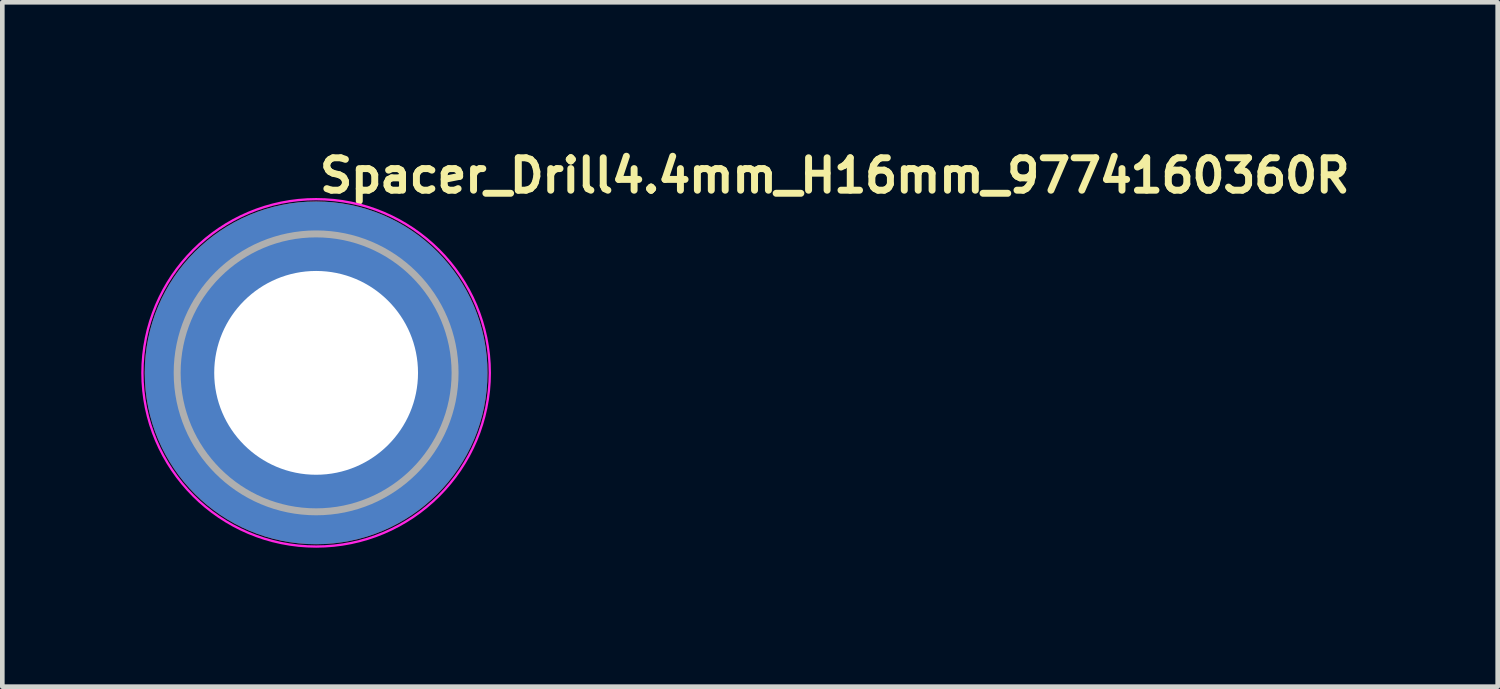
<source format=kicad_pcb>
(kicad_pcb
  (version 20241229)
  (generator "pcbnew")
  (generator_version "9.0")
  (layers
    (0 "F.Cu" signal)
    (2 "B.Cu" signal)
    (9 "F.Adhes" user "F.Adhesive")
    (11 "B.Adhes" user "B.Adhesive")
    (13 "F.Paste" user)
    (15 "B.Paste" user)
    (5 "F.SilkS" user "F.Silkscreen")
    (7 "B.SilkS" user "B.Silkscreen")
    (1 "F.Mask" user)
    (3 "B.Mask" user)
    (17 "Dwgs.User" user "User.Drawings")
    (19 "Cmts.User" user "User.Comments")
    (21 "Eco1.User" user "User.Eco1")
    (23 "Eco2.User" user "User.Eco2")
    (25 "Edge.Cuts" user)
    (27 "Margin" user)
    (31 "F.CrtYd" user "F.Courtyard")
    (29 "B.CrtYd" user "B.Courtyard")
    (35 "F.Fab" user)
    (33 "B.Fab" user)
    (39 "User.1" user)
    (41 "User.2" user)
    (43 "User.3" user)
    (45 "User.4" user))
  (footprint "Spacer_Drill4.4mm_H16mm_9774160360R"
    (layer "F.Cu")
    (at 3.775 5)
    (property "Reference" "Spacer_Drill4.4mm_H16mm_9774160360R" (at 0 -3.85 0) (layer "F.SilkS") (effects (font (size 0.7 0.7) (thickness 0.15)) (justify left bottom)))
    (attr smd)
    (fp_circle (center 0 0) (end 3.75 0) (stroke (width 0.05) (type solid)) (fill no) (layer "F.CrtYd"))
    (fp_circle (center 0 0) (end 3 0) (stroke (width 0.15) (type solid)) (fill no) (layer "F.Fab"))
    (fp_circle (center 0 0) (end 1.2 0) (stroke (width 0.02) (type default)) (fill no) (layer "User.9"))
    (fp_circle (center 0 0) (end 3 0) (stroke (width 0.02) (type default)) (fill no) (layer "User.9"))
    (pad "" smd custom (at -2.1 -2.1) (size 0.7 0.7) (layers "F.Paste") (options (anchor circle)) (primitives (gr_arc (start -0.377294 1.707681) (mid 0.317578 0.318818) (end 1.705945 -0.377044) (width 0.2)) (gr_arc (start -0.478281 1.707681) (mid 0.244583 0.250396) (end 1.699539 -0.477144) (width 0.2)) (gr_arc (start -0.579192 1.707681) (mid 0.173852 0.179706) (end 1.699475 -0.57809) (width 0.2)) (gr_arc (start -0.680037 1.707681) (mid 0.102165 0.109975) (end 1.696729 -0.678615) (width 0.2)) (gr_arc (start -0.780822 1.707681) (mid 0.031098 0.039621) (end 1.695722 -0.779322) (width 0.2)) (gr_arc (start -0.881554 1.707681) (mid -0.041167 -0.029528) (end 1.691343 -0.879562) (width 0.2)) (gr_arc (start -0.982237 1.707681) (mid -0.109168 -0.10296) (end 1.69896 -0.98122) (width 0.2)) (gr_arc (start -1.082877 1.707681) (mid -0.184209 -0.16932) (end 1.686763 -1.080475) (width 0.2)) (gr_arc (start -1.183476 1.707681) (mid -0.252982 -0.241979) (end 1.692214 -1.181768) (width 0.2)) (gr_arc (start -1.28404 1.707681) (mid -0.319065 -0.317332) (end 1.705244 -1.283783) (width 0.2)) (gr_line (start 1.708 -0.377) (end 1.708 -1.284) (width 0.2)) (gr_line (start -0.377 1.708) (end -1.284 1.708) (width 0.2))))
    (pad "" smd custom (at -2.1 2.1) (size 0.7 0.7) (layers "F.Paste") (options (anchor circle)) (primitives (gr_arc (start 1.707681 0.377294) (mid 0.318818 -0.317578) (end -0.377044 -1.705945) (width 0.2)) (gr_arc (start 1.707681 0.478281) (mid 0.250396 -0.244583) (end -0.477144 -1.699539) (width 0.2)) (gr_arc (start 1.707681 0.579192) (mid 0.179706 -0.173852) (end -0.57809 -1.699475) (width 0.2)) (gr_arc (start 1.707681 0.680037) (mid 0.109975 -0.102165) (end -0.678615 -1.696729) (width 0.2)) (gr_arc (start 1.707681 0.780822) (mid 0.039621 -0.031098) (end -0.779322 -1.695722) (width 0.2)) (gr_arc (start 1.707681 0.881554) (mid -0.029528 0.041167) (end -0.879562 -1.691343) (width 0.2)) (gr_arc (start 1.707681 0.982237) (mid -0.10485 0.107282) (end -0.981842 -1.704264) (width 0.2)) (gr_arc (start 1.707681 1.082877) (mid -0.169319 0.18421) (end -1.080475 -1.686759) (width 0.2)) (gr_arc (start 1.707681 1.183476) (mid -0.241979 0.252982) (end -1.181768 -1.692214) (width 0.2)) (gr_arc (start 1.707681 1.28404) (mid -0.315258 0.321134) (end -1.283164 -1.699417) (width 0.2)) (gr_line (start -0.377 -1.708) (end -1.284 -1.708) (width 0.2)) (gr_line (start 1.708 0.377) (end 1.708 1.284) (width 0.2))))
    (pad "" smd custom (at 2.1 -2.1) (size 0.7 0.7) (layers "F.Paste") (options (anchor circle)) (primitives (gr_arc (start -1.707681 -0.377294) (mid -0.318817 0.317579) (end 0.377044 1.705947) (width 0.2)) (gr_arc (start -1.707681 -0.478281) (mid -0.248815 0.24616) (end 0.477764 1.703961) (width 0.2)) (gr_arc (start -1.707681 -0.579192) (mid -0.182997 0.170578) (end 0.576824 1.690278) (width 0.2)) (gr_arc (start -1.707681 -0.680037) (mid -0.113388 0.098771) (end 0.67734 1.687185) (width 0.2)) (gr_arc (start -1.707681 -0.780822) (mid -0.039621 0.031098) (end 0.779322 1.695722) (width 0.2)) (gr_arc (start -1.707681 -0.881554) (mid 0.031359 -0.039345) (end 0.880198 1.696469) (width 0.2)) (gr_arc (start -1.707681 -0.982237) (mid 0.101068 -0.111053) (end 0.98059 1.693657) (width 0.2)) (gr_arc (start -1.707681 -1.082877) (mid 0.16932 -0.184209) (end 1.080475 1.686763) (width 0.2)) (gr_arc (start -1.707681 -1.183476) (mid 0.243995 -0.250974) (end 1.182402 1.69787) (width 0.2)) (gr_arc (start -1.707681 -1.28404) (mid 0.315257 -0.321134) (end 1.283162 1.699417) (width 0.2)) (gr_line (start 0.377 1.708) (end 1.284 1.708) (width 0.2)) (gr_line (start -1.708 -0.377) (end -1.708 -1.284) (width 0.2))))
    (pad "" smd custom (at 2.1 2.1) (size 0.7 0.7) (layers "F.Paste") (options (anchor circle)) (primitives (gr_arc (start 0.377294 -1.707681) (mid -0.317579 -0.318817) (end -1.705947 0.377044) (width 0.2)) (gr_arc (start 0.478281 -1.707681) (mid -0.24616 -0.248815) (end -1.703961 0.477764) (width 0.2)) (gr_arc (start 0.579192 -1.707681) (mid -0.170578 -0.182997) (end -1.690278 0.576824) (width 0.2)) (gr_arc (start 0.680037 -1.707681) (mid -0.098771 -0.113388) (end -1.687185 0.67734) (width 0.2)) (gr_arc (start 0.780822 -1.707681) (mid -0.031098 -0.039621) (end -1.695722 0.779322) (width 0.2)) (gr_arc (start 0.881554 -1.707681) (mid 0.039345 0.031359) (end -1.696469 0.880198) (width 0.2)) (gr_arc (start 0.982237 -1.707681) (mid 0.111053 0.101068) (end -1.693657 0.98059) (width 0.2)) (gr_arc (start 1.082877 -1.707681) (mid 0.184209 0.16932) (end -1.686763 1.080475) (width 0.2)) (gr_arc (start 1.183476 -1.707681) (mid 0.250974 0.243995) (end -1.69787 1.182402) (width 0.2)) (gr_arc (start 1.28404 -1.707681) (mid 0.321134 0.315257) (end -1.699417 1.283162) (width 0.2)) (gr_line (start -1.708 0.377) (end -1.708 1.284) (width 0.2)) (gr_line (start 0.377 -1.708) (end 1.284 -1.708) (width 0.2))))
    (pad "1" thru_hole circle (at 0 0) (size 7.4 7.4) (drill 4.4) (layers "*.Cu" "*.Mask")))
  (gr_rect
    (start -3 -3)
    (end 29.285 11.775)
    (stroke (width 0.1) (type default))
    (fill no)
    (layer "Edge.Cuts")))
</source>
